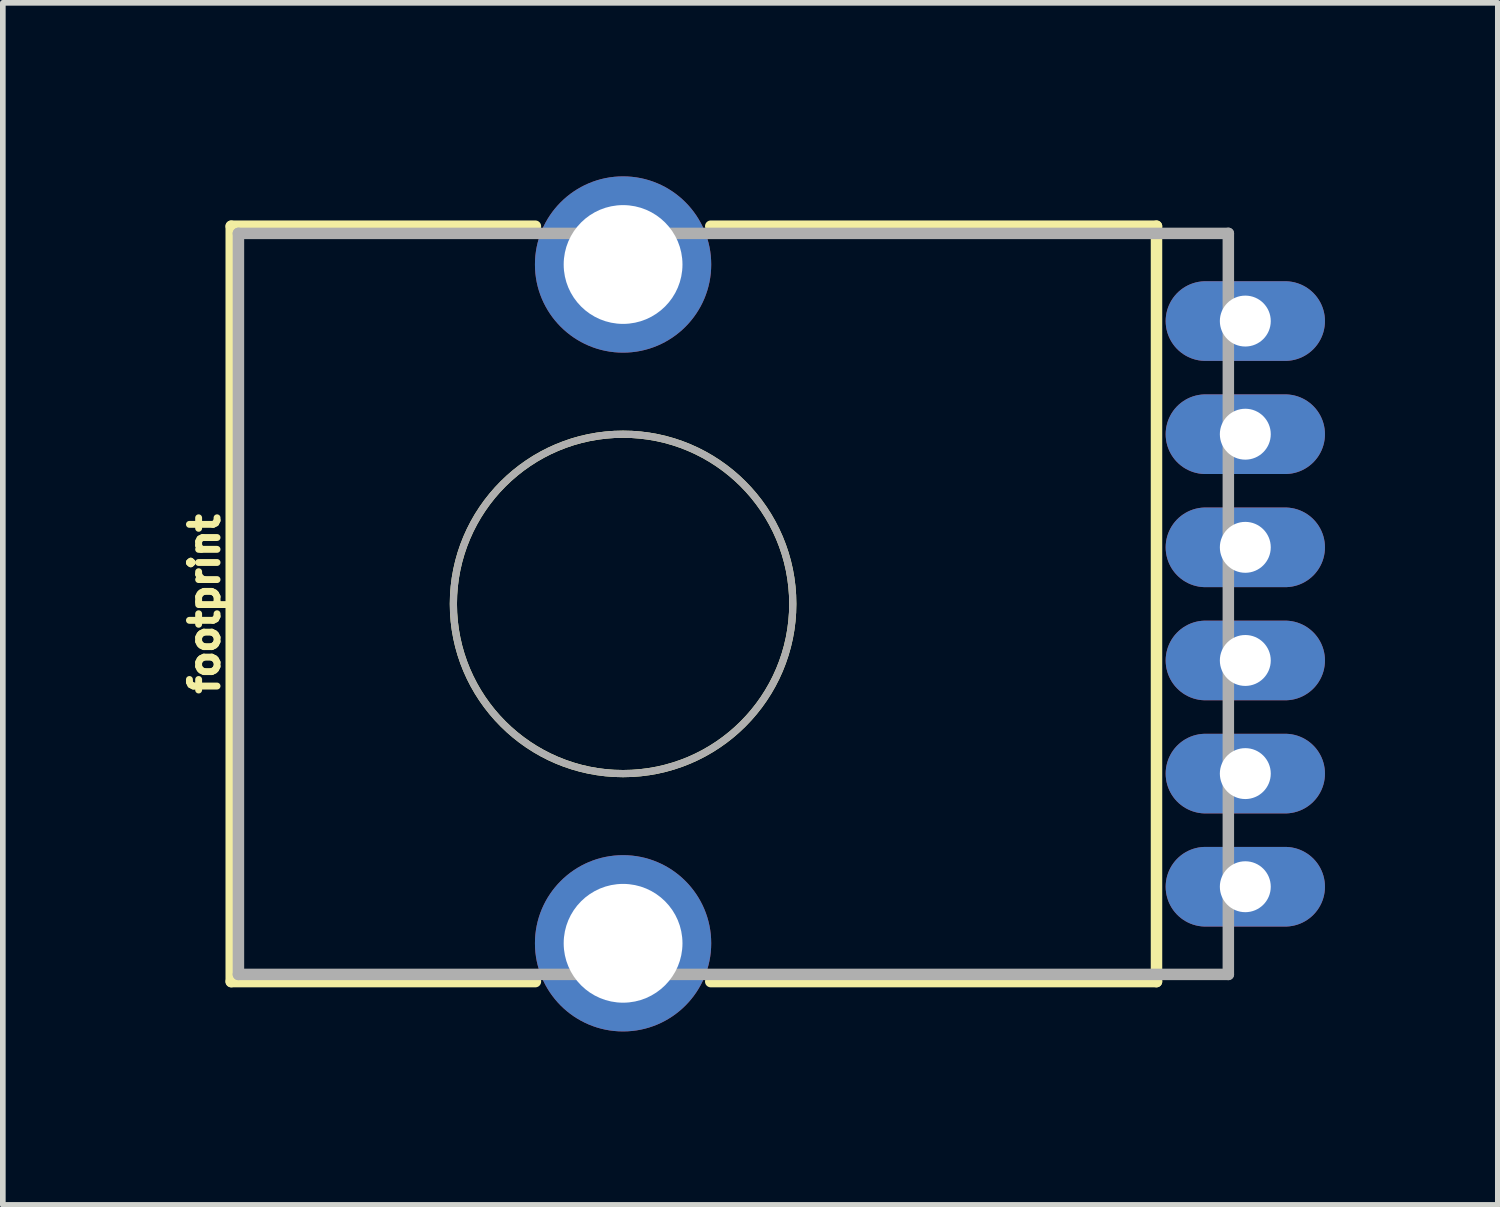
<source format=kicad_pcb>
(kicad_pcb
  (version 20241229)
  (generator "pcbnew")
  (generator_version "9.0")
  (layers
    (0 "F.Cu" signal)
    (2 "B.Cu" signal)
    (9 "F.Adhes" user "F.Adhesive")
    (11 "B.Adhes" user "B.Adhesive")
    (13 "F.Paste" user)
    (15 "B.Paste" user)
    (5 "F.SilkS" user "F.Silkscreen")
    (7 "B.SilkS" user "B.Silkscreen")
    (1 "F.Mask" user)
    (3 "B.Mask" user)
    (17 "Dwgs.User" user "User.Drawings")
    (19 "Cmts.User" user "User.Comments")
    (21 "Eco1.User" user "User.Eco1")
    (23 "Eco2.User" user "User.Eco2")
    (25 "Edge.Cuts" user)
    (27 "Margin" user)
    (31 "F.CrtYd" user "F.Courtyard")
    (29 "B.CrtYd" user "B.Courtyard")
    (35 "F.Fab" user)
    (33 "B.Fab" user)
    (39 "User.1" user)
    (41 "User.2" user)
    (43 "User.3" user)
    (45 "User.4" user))
  (footprint "footprint"
    (layer "F.Cu")
    (at 7.965 7.626)
    (property "Reference" "footprint" (at -7.112 0 90) (layer "F.SilkS") (effects (font (size 0.488 0.488) (thickness 0.122)) (justify bottom)))
    (fp_circle (center 0 -6) (end 0.525 -6) (stroke (width 1.05) (type solid)) (fill yes) (layer "F.Mask"))
    (fp_circle (center 0 6) (end 0.525 6) (stroke (width 1.05) (type solid)) (fill yes) (layer "F.Mask"))
    (fp_circle (center 11 -5) (end 11.225 -5) (stroke (width 0.45) (type solid)) (fill yes) (layer "F.Mask"))
    (fp_circle (center 11 -3) (end 11.225 -3) (stroke (width 0.45) (type solid)) (fill yes) (layer "F.Mask"))
    (fp_circle (center 11 -1) (end 11.225 -1) (stroke (width 0.45) (type solid)) (fill yes) (layer "F.Mask"))
    (fp_circle (center 11 1) (end 11.225 1) (stroke (width 0.45) (type solid)) (fill yes) (layer "F.Mask"))
    (fp_circle (center 11 3) (end 11.225 3) (stroke (width 0.45) (type solid)) (fill yes) (layer "F.Mask"))
    (fp_circle (center 11 5) (end 11.225 5) (stroke (width 0.45) (type solid)) (fill yes) (layer "F.Mask"))
    (fp_circle (center 0 -6) (end 0.813 -6) (stroke (width 1.626) (type solid)) (fill yes) (layer "B.Mask"))
    (fp_circle (center 0 6) (end 0.813 6) (stroke (width 1.626) (type solid)) (fill yes) (layer "B.Mask"))
    (fp_poly (pts (xy 11.942 -5.74) (xy 12.112 -5.67) (xy 12.258 -5.558) (xy 12.37 -5.412) (xy 12.44 -5.242) (xy 12.463 -5.064) (xy 12.463 -4.936) (xy 12.44 -4.758) (xy 12.37 -4.588) (xy 12.258 -4.442) (xy 12.112 -4.33) (xy 11.942 -4.26) (xy 11.764 -4.237) (xy 10.236 -4.237) (xy 10.058 -4.26) (xy 9.888 -4.33) (xy 9.742 -4.442) (xy 9.628 -4.592) (xy 9.537 -4.932) (xy 9.537 -5.064) (xy 9.56 -5.242) (xy 9.63 -5.412) (xy 9.742 -5.558) (xy 9.892 -5.672) (xy 10.232 -5.763) (xy 11.764 -5.763)) (stroke (width 0) (type solid)) (fill yes) (layer "B.Mask"))
    (fp_poly (pts (xy 11.942 -3.74) (xy 12.112 -3.67) (xy 12.258 -3.558) (xy 12.37 -3.412) (xy 12.44 -3.242) (xy 12.463 -3.064) (xy 12.463 -2.936) (xy 12.44 -2.758) (xy 12.37 -2.588) (xy 12.258 -2.442) (xy 12.112 -2.33) (xy 11.942 -2.26) (xy 11.764 -2.236) (xy 10.236 -2.236) (xy 10.058 -2.26) (xy 9.888 -2.33) (xy 9.742 -2.442) (xy 9.628 -2.592) (xy 9.537 -2.932) (xy 9.537 -3.064) (xy 9.56 -3.242) (xy 9.63 -3.412) (xy 9.742 -3.558) (xy 9.892 -3.672) (xy 10.232 -3.764) (xy 11.764 -3.764)) (stroke (width 0) (type solid)) (fill yes) (layer "B.Mask"))
    (fp_poly (pts (xy 11.942 -1.74) (xy 12.112 -1.67) (xy 12.258 -1.558) (xy 12.37 -1.412) (xy 12.44 -1.242) (xy 12.463 -1.064) (xy 12.463 -0.936) (xy 12.44 -0.758) (xy 12.37 -0.588) (xy 12.258 -0.442) (xy 12.112 -0.33) (xy 11.942 -0.26) (xy 11.764 -0.236) (xy 10.236 -0.236) (xy 10.058 -0.26) (xy 9.888 -0.33) (xy 9.742 -0.442) (xy 9.628 -0.592) (xy 9.537 -0.932) (xy 9.537 -1.064) (xy 9.56 -1.242) (xy 9.63 -1.412) (xy 9.742 -1.558) (xy 9.892 -1.672) (xy 10.232 -1.764) (xy 11.764 -1.764)) (stroke (width 0) (type solid)) (fill yes) (layer "B.Mask"))
    (fp_poly (pts (xy 11.942 0.26) (xy 12.112 0.33) (xy 12.258 0.442) (xy 12.37 0.588) (xy 12.44 0.758) (xy 12.463 0.936) (xy 12.463 1.064) (xy 12.44 1.242) (xy 12.37 1.412) (xy 12.258 1.558) (xy 12.112 1.67) (xy 11.942 1.74) (xy 11.764 1.764) (xy 10.236 1.764) (xy 10.058 1.74) (xy 9.888 1.67) (xy 9.742 1.558) (xy 9.628 1.408) (xy 9.537 1.068) (xy 9.537 0.936) (xy 9.56 0.758) (xy 9.63 0.588) (xy 9.742 0.442) (xy 9.892 0.328) (xy 10.232 0.236) (xy 11.764 0.236)) (stroke (width 0) (type solid)) (fill yes) (layer "B.Mask"))
    (fp_poly (pts (xy 11.942 2.26) (xy 12.112 2.33) (xy 12.258 2.442) (xy 12.37 2.588) (xy 12.44 2.758) (xy 12.463 2.936) (xy 12.463 3.064) (xy 12.44 3.242) (xy 12.37 3.412) (xy 12.258 3.558) (xy 12.112 3.67) (xy 11.942 3.74) (xy 11.764 3.764) (xy 10.236 3.764) (xy 10.058 3.74) (xy 9.888 3.67) (xy 9.742 3.558) (xy 9.628 3.408) (xy 9.537 3.068) (xy 9.537 2.936) (xy 9.56 2.758) (xy 9.63 2.588) (xy 9.742 2.442) (xy 9.892 2.328) (xy 10.232 2.236) (xy 11.764 2.236)) (stroke (width 0) (type solid)) (fill yes) (layer "B.Mask"))
    (fp_poly (pts (xy 11.942 4.26) (xy 12.112 4.33) (xy 12.258 4.442) (xy 12.37 4.588) (xy 12.44 4.758) (xy 12.463 4.936) (xy 12.463 5.064) (xy 12.44 5.242) (xy 12.37 5.412) (xy 12.258 5.558) (xy 12.112 5.67) (xy 11.942 5.74) (xy 11.764 5.763) (xy 10.236 5.763) (xy 10.058 5.74) (xy 9.888 5.67) (xy 9.742 5.558) (xy 9.628 5.408) (xy 9.537 5.068) (xy 9.537 4.936) (xy 9.56 4.758) (xy 9.63 4.588) (xy 9.742 4.442) (xy 9.892 4.328) (xy 10.232 4.237) (xy 11.764 4.237)) (stroke (width 0) (type solid)) (fill yes) (layer "B.Mask"))
    (fp_line (start -6.927 -6.677) (end -1.55 -6.677) (stroke (width 0.203) (type solid)) (layer "F.SilkS"))
    (fp_line (start -6.927 6.677) (end -6.927 -6.677) (stroke (width 0.203) (type solid)) (layer "F.SilkS"))
    (fp_line (start -1.55 6.677) (end -6.927 6.677) (stroke (width 0.203) (type solid)) (layer "F.SilkS"))
    (fp_line (start 1.55 -6.677) (end 9.43 -6.677) (stroke (width 0.203) (type solid)) (layer "F.SilkS"))
    (fp_line (start 9.43 -6.677) (end 9.43 6.677) (stroke (width 0.203) (type solid)) (layer "F.SilkS"))
    (fp_line (start 9.43 6.677) (end 1.55 6.677) (stroke (width 0.203) (type solid)) (layer "F.SilkS"))
    (fp_circle (center 0 0) (end 3 0) (stroke (width 0.127) (type solid)) (fill no) (layer "F.SilkS"))
    (fp_line (start -6.8 -6.55) (end 10.7 -6.55) (stroke (width 0.203) (type solid)) (layer "F.Fab"))
    (fp_line (start -6.8 6.55) (end -6.8 -6.55) (stroke (width 0.203) (type solid)) (layer "F.Fab"))
    (fp_line (start 10.7 -6.55) (end 10.7 6.55) (stroke (width 0.203) (type solid)) (layer "F.Fab"))
    (fp_line (start 10.7 6.55) (end -6.8 6.55) (stroke (width 0.203) (type solid)) (layer "F.Fab"))
    (fp_circle (center 0 0) (end 3 0) (stroke (width 0.127) (type solid)) (fill no) (layer "F.Fab"))
    (pad "A1" thru_hole oval (at 11 3) (size 2.816 1.408) (drill 0.9) (layers "*.Cu"))
    (pad "A2" thru_hole oval (at 11 5) (size 2.816 1.408) (drill 0.9) (layers "*.Cu"))
    (pad "A3" thru_hole oval (at 11 -5) (size 2.816 1.408) (drill 0.9) (layers "*.Cu"))
    (pad "B1" thru_hole oval (at 11 1) (size 2.816 1.408) (drill 0.9) (layers "*.Cu"))
    (pad "B2" thru_hole oval (at 11 -1) (size 2.816 1.408) (drill 0.9) (layers "*.Cu"))
    (pad "B3" thru_hole oval (at 11 -3) (size 2.816 1.408) (drill 0.9) (layers "*.Cu"))
    (pad "P$4" thru_hole circle (at 0 6) (size 3.116 3.116) (drill 2.1) (layers "*.Cu"))
    (pad "P$5" thru_hole circle (at 0 -6) (size 3.116 3.116) (drill 2.1) (layers "*.Cu")))
  (gr_rect
    (start -3 -3)
    (end 23.429 18.251)
    (stroke (width 0.1) (type default))
    (fill no)
    (layer "Edge.Cuts")))
</source>
